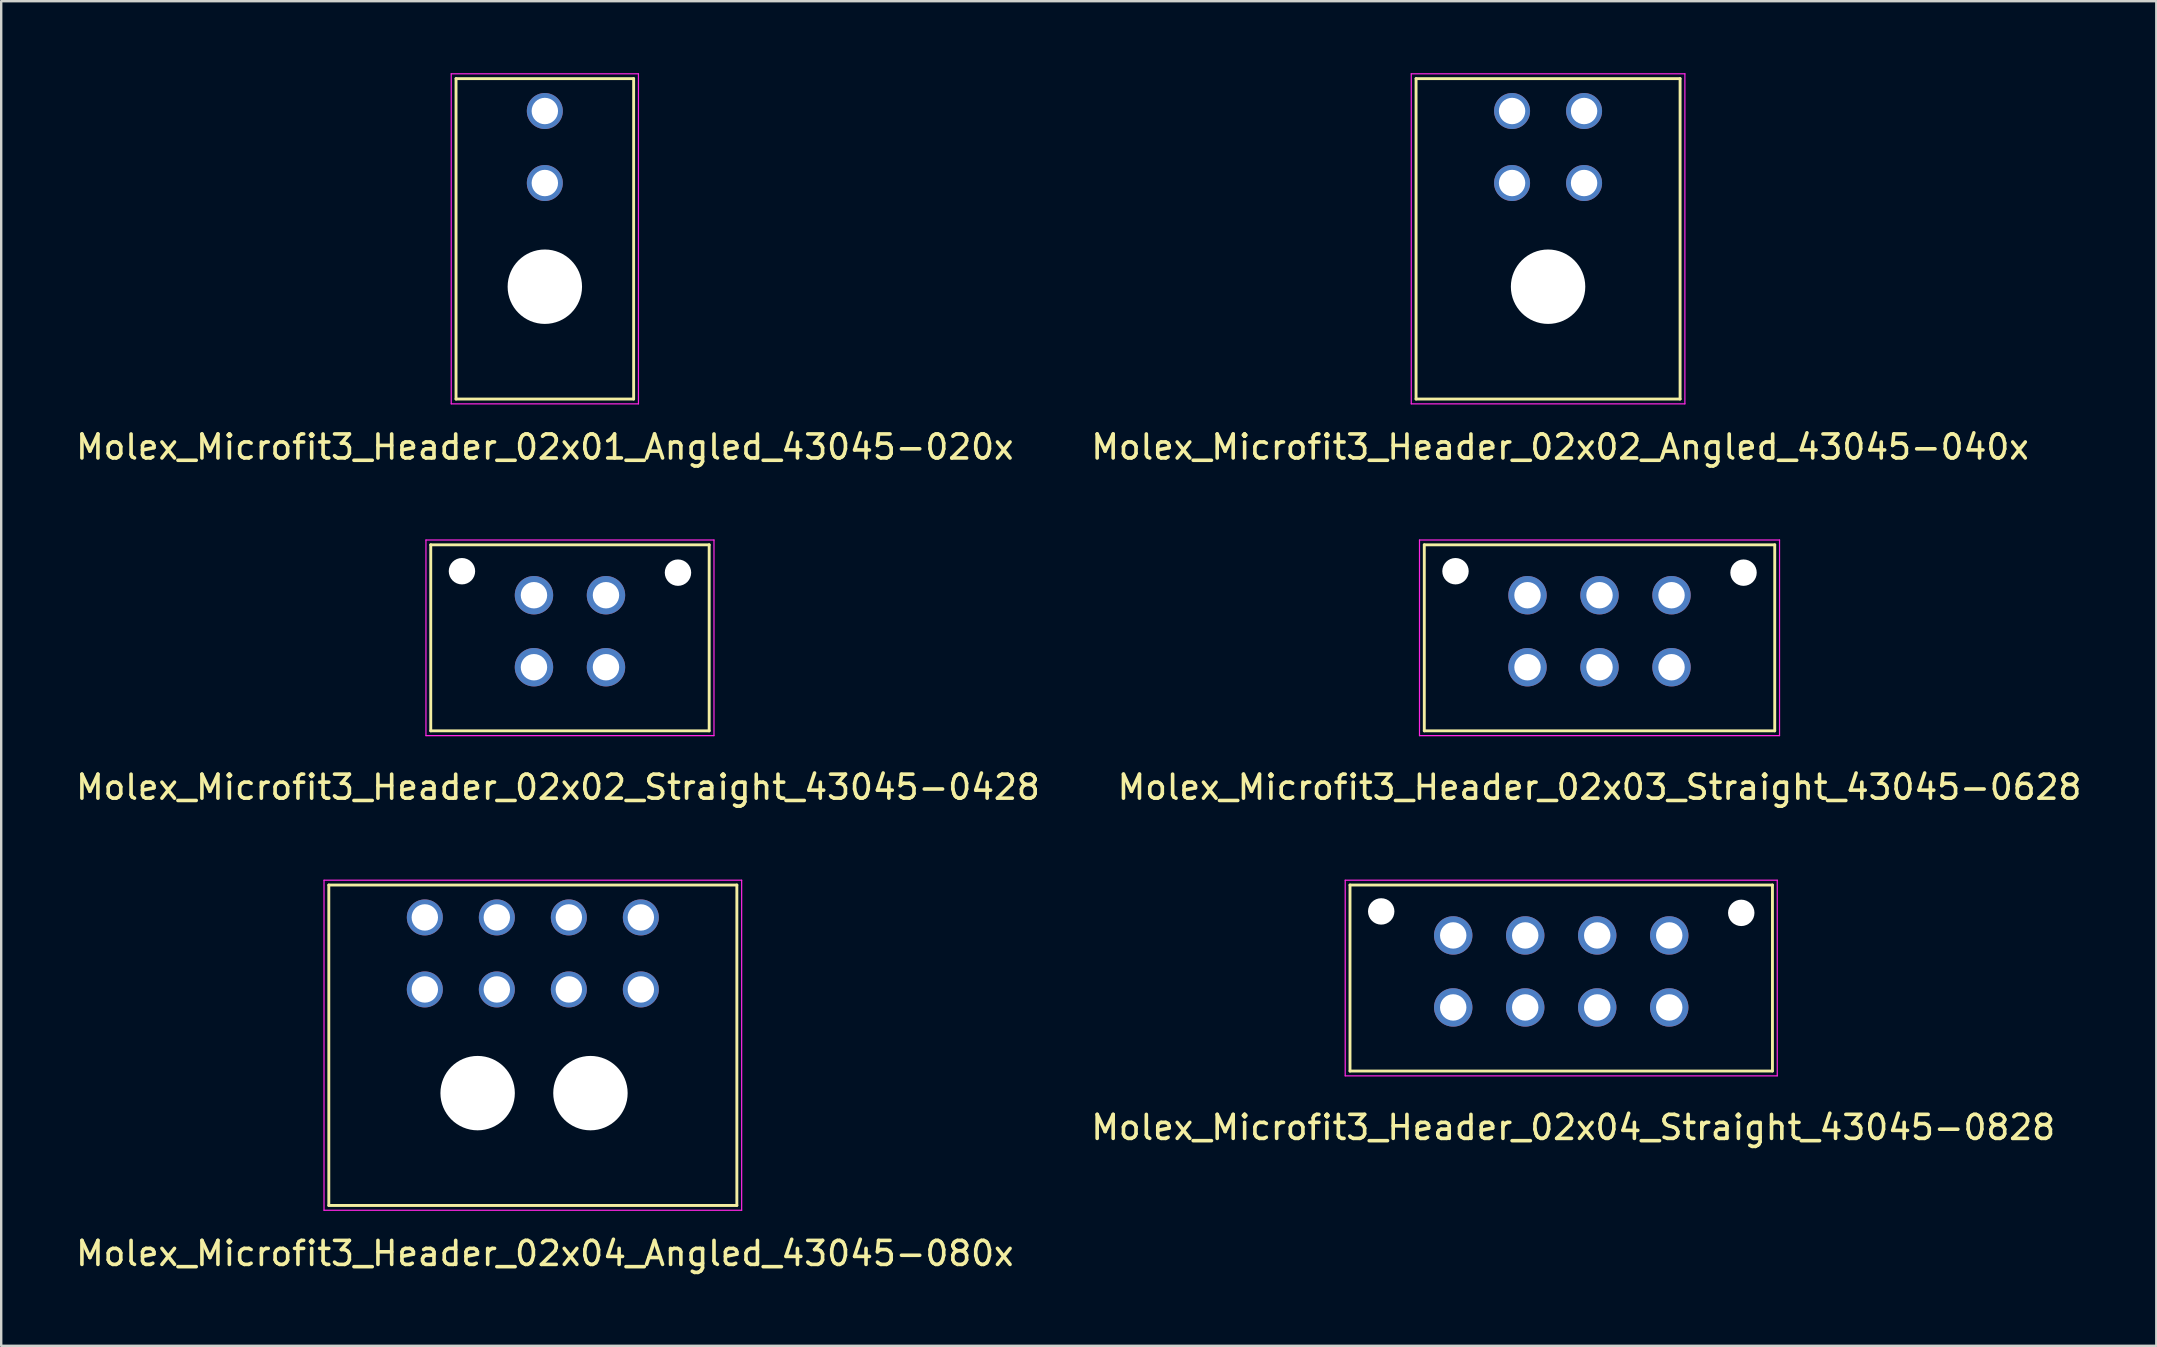
<source format=kicad_pcb>
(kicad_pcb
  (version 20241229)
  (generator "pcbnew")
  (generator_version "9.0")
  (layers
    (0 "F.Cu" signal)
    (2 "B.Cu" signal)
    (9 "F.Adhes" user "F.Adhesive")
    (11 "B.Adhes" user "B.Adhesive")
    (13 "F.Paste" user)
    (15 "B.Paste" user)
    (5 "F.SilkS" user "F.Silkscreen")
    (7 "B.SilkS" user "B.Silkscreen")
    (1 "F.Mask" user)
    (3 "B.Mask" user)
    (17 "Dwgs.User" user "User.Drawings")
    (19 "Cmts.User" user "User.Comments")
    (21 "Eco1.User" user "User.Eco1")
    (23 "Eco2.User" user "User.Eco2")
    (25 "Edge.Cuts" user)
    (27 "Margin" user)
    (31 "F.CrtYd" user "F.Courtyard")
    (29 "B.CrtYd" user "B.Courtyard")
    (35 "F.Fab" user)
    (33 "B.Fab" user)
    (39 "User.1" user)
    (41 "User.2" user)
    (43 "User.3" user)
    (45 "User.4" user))
  (footprint "Molex_Microfit3_Header_02x01_Angled_43045-020x"
    (layer "F.Cu")
    (at 19.649 4.575)
    (property "Reference" "Molex_Microfit3_Header_02x01_Angled_43045-020x" (at 0 11 0) (layer "F.SilkS") (effects (font (size 1 1) (thickness 0.15))))
    (attr through_hole)
    (fp_line (start -3.7 -4.35) (end 3.7 -4.35) (stroke (width 0.12) (type solid)) (layer "F.SilkS"))
    (fp_line (start -3.7 9) (end -3.7 -4.35) (stroke (width 0.12) (type solid)) (layer "F.SilkS"))
    (fp_line (start 3.7 -4.35) (end 3.7 9) (stroke (width 0.12) (type solid)) (layer "F.SilkS"))
    (fp_line (start 3.7 9) (end -3.7 9) (stroke (width 0.12) (type solid)) (layer "F.SilkS"))
    (fp_line (start -3.9 -4.55) (end -3.9 9.2) (stroke (width 0.05) (type solid)) (layer "F.CrtYd"))
    (fp_line (start -3.9 9.2) (end 3.9 9.2) (stroke (width 0.05) (type solid)) (layer "F.CrtYd"))
    (fp_line (start 3.9 -4.55) (end -3.9 -4.55) (stroke (width 0.05) (type solid)) (layer "F.CrtYd"))
    (fp_line (start 3.9 9.2) (end 3.9 -4.55) (stroke (width 0.05) (type solid)) (layer "F.CrtYd"))
    (pad "" np_thru_hole circle (at 0 4.32) (size 3.1 3.1) (drill 3.1) (layers "*.Cu" "*.Mask"))
    (pad "1" thru_hole circle (at 0 0) (size 1.5 1.5) (drill 1.1) (layers "*.Cu" "*.Mask"))
    (pad "2" thru_hole circle (at 0 -3) (size 1.5 1.5) (drill 1.1) (layers "*.Cu" "*.Mask")))
  (footprint "Molex_Microfit3_Header_02x02_Angled_43045-040x"
    (layer "F.Cu")
    (at 62.946 4.575)
    (property "Reference" "Molex_Microfit3_Header_02x02_Angled_43045-040x" (at -1 11 0) (layer "F.SilkS") (effects (font (size 1 1) (thickness 0.15))))
    (attr through_hole)
    (fp_line (start -7 -4.35) (end 4 -4.35) (stroke (width 0.12) (type solid)) (layer "F.SilkS"))
    (fp_line (start -7 9) (end -7 -4.35) (stroke (width 0.12) (type solid)) (layer "F.SilkS"))
    (fp_line (start 4 -4.35) (end 4 9) (stroke (width 0.12) (type solid)) (layer "F.SilkS"))
    (fp_line (start 4 9) (end -7 9) (stroke (width 0.12) (type solid)) (layer "F.SilkS"))
    (fp_line (start -7.2 -4.55) (end -7.2 9.2) (stroke (width 0.05) (type solid)) (layer "F.CrtYd"))
    (fp_line (start -7.2 9.2) (end 4.2 9.2) (stroke (width 0.05) (type solid)) (layer "F.CrtYd"))
    (fp_line (start 4.2 -4.55) (end -7.2 -4.55) (stroke (width 0.05) (type solid)) (layer "F.CrtYd"))
    (fp_line (start 4.2 9.2) (end 4.2 -4.55) (stroke (width 0.05) (type solid)) (layer "F.CrtYd"))
    (pad "" np_thru_hole circle (at -1.5 4.32) (size 3.1 3.1) (drill 3.1) (layers "*.Cu" "*.Mask"))
    (pad "1" thru_hole circle (at 0 0) (size 1.5 1.5) (drill 1.1) (layers "*.Cu" "*.Mask"))
    (pad "2" thru_hole circle (at -3 0) (size 1.5 1.5) (drill 1.1) (layers "*.Cu" "*.Mask"))
    (pad "3" thru_hole circle (at 0 -3) (size 1.5 1.5) (drill 1.1) (layers "*.Cu" "*.Mask"))
    (pad "4" thru_hole circle (at -3 -3) (size 1.5 1.5) (drill 1.1) (layers "*.Cu" "*.Mask")))
  (footprint "Molex_Microfit3_Header_02x02_Straight_43045-0428"
    (layer "F.Cu")
    (at 22.196 24.748)
    (property "Reference" "Molex_Microfit3_Header_02x02_Straight_43045-0428" (at -2 5 0) (layer "F.SilkS") (effects (font (size 1 1) (thickness 0.15))))
    (attr through_hole)
    (fp_line (start -7.3 2.65) (end -7.3 -5.1) (stroke (width 0.12) (type solid)) (layer "F.SilkS"))
    (fp_line (start 4.3 -5.1) (end -7.3 -5.1) (stroke (width 0.12) (type solid)) (layer "F.SilkS"))
    (fp_line (start 4.3 2.65) (end -7.3 2.65) (stroke (width 0.12) (type solid)) (layer "F.SilkS"))
    (fp_line (start 4.3 2.65) (end 4.3 -5.1) (stroke (width 0.12) (type solid)) (layer "F.SilkS"))
    (fp_line (start -7.5 2.85) (end -7.5 -5.3) (stroke (width 0.05) (type solid)) (layer "F.CrtYd"))
    (fp_line (start 4.5 -5.3) (end -7.5 -5.3) (stroke (width 0.05) (type solid)) (layer "F.CrtYd"))
    (fp_line (start 4.5 2.85) (end -7.5 2.85) (stroke (width 0.05) (type solid)) (layer "F.CrtYd"))
    (fp_line (start 4.5 2.85) (end 4.5 -5.3) (stroke (width 0.05) (type solid)) (layer "F.CrtYd"))
    (pad "" np_thru_hole circle (at -6 -4) (size 1.1 1.1) (drill 1.1) (layers "*.Cu" "*.Mask"))
    (pad "" np_thru_hole circle (at 3 -3.94) (size 1.1 1.1) (drill 1.1) (layers "*.Cu" "*.Mask"))
    (pad "1" thru_hole circle (at 0 0) (size 1.6 1.6) (drill 1.1) (layers "*.Cu" "*.Mask"))
    (pad "2" thru_hole circle (at -3 0) (size 1.6 1.6) (drill 1.1) (layers "*.Cu" "*.Mask"))
    (pad "3" thru_hole circle (at 0 -3) (size 1.6 1.6) (drill 1.1) (layers "*.Cu" "*.Mask"))
    (pad "4" thru_hole circle (at -3 -3) (size 1.6 1.6) (drill 1.1) (layers "*.Cu" "*.Mask")))
  (footprint "Molex_Microfit3_Header_02x03_Straight_43045-0628"
    (layer "F.Cu")
    (at 66.589 24.748)
    (property "Reference" "Molex_Microfit3_Header_02x03_Straight_43045-0628" (at -3 5 0) (layer "F.SilkS") (effects (font (size 1 1) (thickness 0.15))))
    (attr through_hole)
    (fp_line (start -10.3 2.65) (end -10.3 -5.1) (stroke (width 0.12) (type solid)) (layer "F.SilkS"))
    (fp_line (start 4.3 -5.1) (end -10.3 -5.1) (stroke (width 0.12) (type solid)) (layer "F.SilkS"))
    (fp_line (start 4.3 2.65) (end -10.3 2.65) (stroke (width 0.12) (type solid)) (layer "F.SilkS"))
    (fp_line (start 4.3 2.65) (end 4.3 -5.1) (stroke (width 0.12) (type solid)) (layer "F.SilkS"))
    (fp_line (start -10.5 2.85) (end -10.5 -5.3) (stroke (width 0.05) (type solid)) (layer "F.CrtYd"))
    (fp_line (start 4.5 -5.3) (end -10.5 -5.3) (stroke (width 0.05) (type solid)) (layer "F.CrtYd"))
    (fp_line (start 4.5 2.85) (end -10.5 2.85) (stroke (width 0.05) (type solid)) (layer "F.CrtYd"))
    (fp_line (start 4.5 2.85) (end 4.5 -5.3) (stroke (width 0.05) (type solid)) (layer "F.CrtYd"))
    (pad "" np_thru_hole circle (at -9 -4) (size 1.1 1.1) (drill 1.1) (layers "*.Cu" "*.Mask"))
    (pad "" np_thru_hole circle (at 3 -3.94) (size 1.1 1.1) (drill 1.1) (layers "*.Cu" "*.Mask"))
    (pad "1" thru_hole circle (at 0 0) (size 1.6 1.6) (drill 1.1) (layers "*.Cu" "*.Mask"))
    (pad "2" thru_hole circle (at -3 0) (size 1.6 1.6) (drill 1.1) (layers "*.Cu" "*.Mask"))
    (pad "3" thru_hole circle (at -6 0) (size 1.6 1.6) (drill 1.1) (layers "*.Cu" "*.Mask"))
    (pad "4" thru_hole circle (at 0 -3) (size 1.6 1.6) (drill 1.1) (layers "*.Cu" "*.Mask"))
    (pad "5" thru_hole circle (at -3 -3) (size 1.6 1.6) (drill 1.1) (layers "*.Cu" "*.Mask"))
    (pad "6" thru_hole circle (at -6 -3) (size 1.6 1.6) (drill 1.1) (layers "*.Cu" "*.Mask")))
  (footprint "Molex_Microfit3_Header_02x04_Angled_43045-080x"
    (layer "F.Cu")
    (at 23.649 38.172)
    (property "Reference" "Molex_Microfit3_Header_02x04_Angled_43045-080x" (at -4 11 0) (layer "F.SilkS") (effects (font (size 1 1) (thickness 0.15))))
    (attr through_hole)
    (fp_line (start -13 -4.35) (end 4 -4.35) (stroke (width 0.12) (type solid)) (layer "F.SilkS"))
    (fp_line (start -13 9) (end -13 -4.35) (stroke (width 0.12) (type solid)) (layer "F.SilkS"))
    (fp_line (start 4 -4.35) (end 4 9) (stroke (width 0.12) (type solid)) (layer "F.SilkS"))
    (fp_line (start 4 9) (end -13 9) (stroke (width 0.12) (type solid)) (layer "F.SilkS"))
    (fp_line (start -13.2 -4.55) (end -13.2 9.2) (stroke (width 0.05) (type solid)) (layer "F.CrtYd"))
    (fp_line (start -13.2 9.2) (end 4.2 9.2) (stroke (width 0.05) (type solid)) (layer "F.CrtYd"))
    (fp_line (start 4.2 -4.55) (end -13.2 -4.55) (stroke (width 0.05) (type solid)) (layer "F.CrtYd"))
    (fp_line (start 4.2 9.2) (end 4.2 -4.55) (stroke (width 0.05) (type solid)) (layer "F.CrtYd"))
    (pad "" np_thru_hole circle (at -6.8 4.32) (size 3.1 3.1) (drill 3.1) (layers "*.Cu" "*.Mask"))
    (pad "" np_thru_hole circle (at -2.1 4.32) (size 3.1 3.1) (drill 3.1) (layers "*.Cu" "*.Mask"))
    (pad "1" thru_hole circle (at 0 0) (size 1.5 1.5) (drill 1.1) (layers "*.Cu" "*.Mask"))
    (pad "2" thru_hole circle (at -3 0) (size 1.5 1.5) (drill 1.1) (layers "*.Cu" "*.Mask"))
    (pad "3" thru_hole circle (at -6 0) (size 1.5 1.5) (drill 1.1) (layers "*.Cu" "*.Mask"))
    (pad "4" thru_hole circle (at -9 0) (size 1.5 1.5) (drill 1.1) (layers "*.Cu" "*.Mask"))
    (pad "5" thru_hole circle (at 0 -3) (size 1.5 1.5) (drill 1.1) (layers "*.Cu" "*.Mask"))
    (pad "6" thru_hole circle (at -3 -3) (size 1.5 1.5) (drill 1.1) (layers "*.Cu" "*.Mask"))
    (pad "7" thru_hole circle (at -6 -3) (size 1.5 1.5) (drill 1.1) (layers "*.Cu" "*.Mask"))
    (pad "8" thru_hole circle (at -9 -3) (size 1.5 1.5) (drill 1.1) (layers "*.Cu" "*.Mask")))
  (footprint "Molex_Microfit3_Header_02x04_Straight_43045-0828"
    (layer "F.Cu")
    (at 66.494 38.922)
    (property "Reference" "Molex_Microfit3_Header_02x04_Straight_43045-0828" (at -4 5 0) (layer "F.SilkS") (effects (font (size 1 1) (thickness 0.15))))
    (attr through_hole)
    (fp_line (start -13.3 2.65) (end -13.3 -5.1) (stroke (width 0.12) (type solid)) (layer "F.SilkS"))
    (fp_line (start 4.3 -5.1) (end -13.3 -5.1) (stroke (width 0.12) (type solid)) (layer "F.SilkS"))
    (fp_line (start 4.3 2.65) (end -13.3 2.65) (stroke (width 0.12) (type solid)) (layer "F.SilkS"))
    (fp_line (start 4.3 2.65) (end 4.3 -5.1) (stroke (width 0.12) (type solid)) (layer "F.SilkS"))
    (fp_line (start -13.5 2.85) (end -13.5 -5.3) (stroke (width 0.05) (type solid)) (layer "F.CrtYd"))
    (fp_line (start 4.5 -5.3) (end -13.5 -5.3) (stroke (width 0.05) (type solid)) (layer "F.CrtYd"))
    (fp_line (start 4.5 2.85) (end -13.5 2.85) (stroke (width 0.05) (type solid)) (layer "F.CrtYd"))
    (fp_line (start 4.5 2.85) (end 4.5 -5.3) (stroke (width 0.05) (type solid)) (layer "F.CrtYd"))
    (pad "" np_thru_hole circle (at -12 -4) (size 1.1 1.1) (drill 1.1) (layers "*.Cu" "*.Mask"))
    (pad "" np_thru_hole circle (at 3 -3.94) (size 1.1 1.1) (drill 1.1) (layers "*.Cu" "*.Mask"))
    (pad "1" thru_hole circle (at 0 0) (size 1.6 1.6) (drill 1.1) (layers "*.Cu" "*.Mask"))
    (pad "2" thru_hole circle (at -3 0) (size 1.6 1.6) (drill 1.1) (layers "*.Cu" "*.Mask"))
    (pad "3" thru_hole circle (at -6 0) (size 1.6 1.6) (drill 1.1) (layers "*.Cu" "*.Mask"))
    (pad "4" thru_hole circle (at -9 0) (size 1.6 1.6) (drill 1.1) (layers "*.Cu" "*.Mask"))
    (pad "5" thru_hole circle (at 0 -3) (size 1.6 1.6) (drill 1.1) (layers "*.Cu" "*.Mask"))
    (pad "6" thru_hole circle (at -3 -3) (size 1.6 1.6) (drill 1.1) (layers "*.Cu" "*.Mask"))
    (pad "7" thru_hole circle (at -6 -3) (size 1.6 1.6) (drill 1.1) (layers "*.Cu" "*.Mask"))
    (pad "8" thru_hole circle (at -9 -3) (size 1.6 1.6) (drill 1.1) (layers "*.Cu" "*.Mask")))
  (gr_rect
    (start -3 -3)
    (end 86.786 53.02)
    (stroke (width 0.1) (type default))
    (fill no)
    (layer "Edge.Cuts")))
</source>
